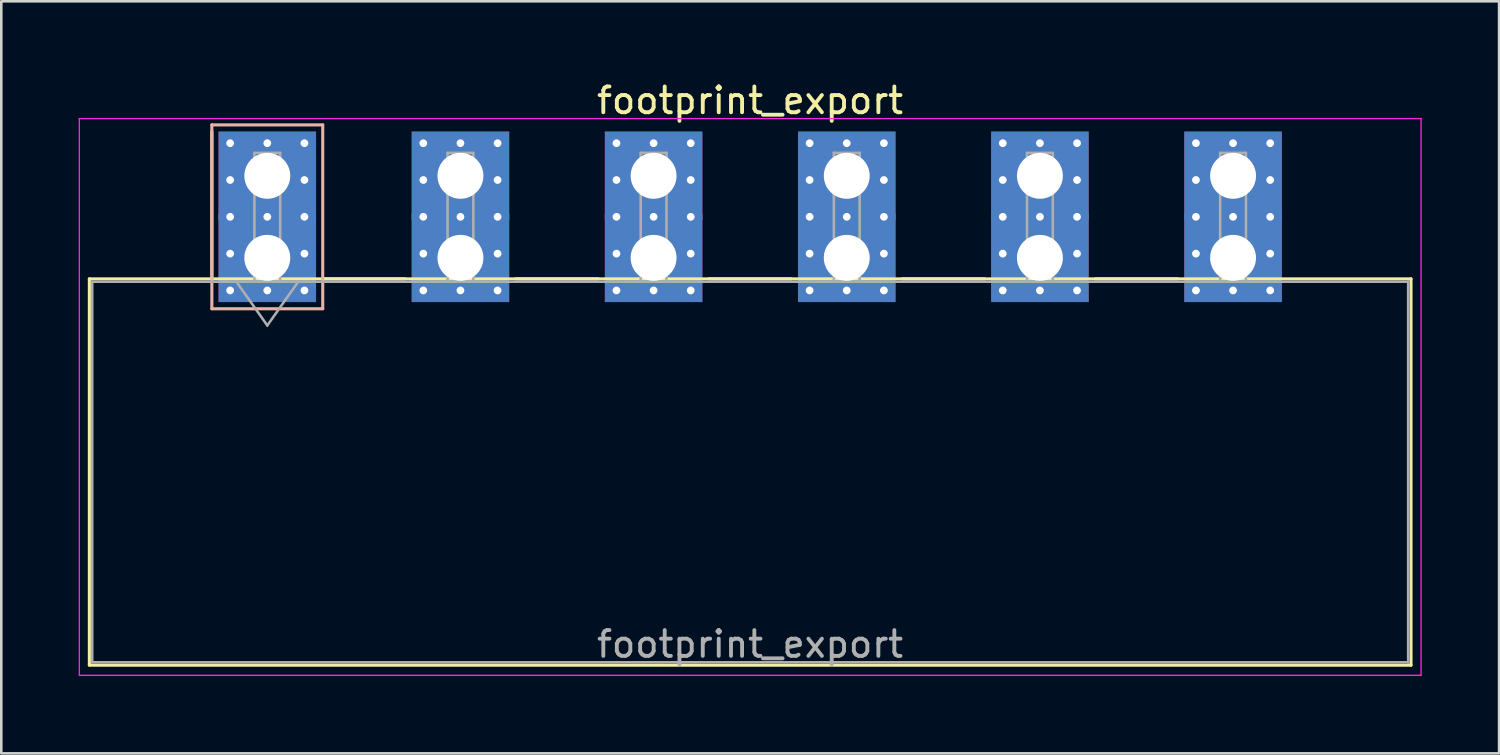
<source format=kicad_pcb>
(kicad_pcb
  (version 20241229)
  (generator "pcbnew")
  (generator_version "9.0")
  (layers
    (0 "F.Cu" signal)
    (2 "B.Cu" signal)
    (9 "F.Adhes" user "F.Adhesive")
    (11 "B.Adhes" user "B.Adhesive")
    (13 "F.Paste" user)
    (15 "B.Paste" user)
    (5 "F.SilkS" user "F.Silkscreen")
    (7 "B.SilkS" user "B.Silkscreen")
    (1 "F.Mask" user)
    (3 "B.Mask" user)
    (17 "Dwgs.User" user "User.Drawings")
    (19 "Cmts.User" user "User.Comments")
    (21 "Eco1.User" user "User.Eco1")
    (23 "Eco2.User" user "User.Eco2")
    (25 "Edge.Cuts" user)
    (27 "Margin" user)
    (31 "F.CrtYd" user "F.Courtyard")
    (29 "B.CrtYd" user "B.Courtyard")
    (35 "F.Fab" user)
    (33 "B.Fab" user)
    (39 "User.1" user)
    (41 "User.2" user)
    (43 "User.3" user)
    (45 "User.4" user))
  (footprint "footprint_export"
    (layer "F.Cu")
    (at 7.315 6.948)
    (property "Reference" "footprint_export" (at 18.72 -6.1 0) (layer "F.SilkS") (effects (font (size 1 1) (thickness 0.15))))
    (attr through_hole)
    (fp_line (start -6.9 0.815) (end -6.9 15.795) (stroke (width 0.12) (type solid)) (layer "F.SilkS"))
    (fp_line (start -6.9 15.795) (end 44.35 15.795) (stroke (width 0.12) (type solid)) (layer "F.SilkS"))
    (fp_line (start -2.15 0.815) (end -2.15 -4.895) (stroke (width 0.12) (type solid)) (layer "F.SilkS"))
    (fp_line (start 2.15 0.815) (end 5.34 0.815) (stroke (width 0.12) (type solid)) (layer "F.SilkS"))
    (fp_line (start 9.64 0.815) (end 12.83 0.815) (stroke (width 0.12) (type solid)) (layer "F.SilkS"))
    (fp_line (start 17.13 0.815) (end 20.32 0.815) (stroke (width 0.12) (type solid)) (layer "F.SilkS"))
    (fp_line (start 24.62 0.815) (end 27.81 0.815) (stroke (width 0.12) (type solid)) (layer "F.SilkS"))
    (fp_line (start 32.11 0.815) (end 35.3 0.815) (stroke (width 0.12) (type solid)) (layer "F.SilkS"))
    (fp_line (start 44.35 0.815) (end -6.9 0.815) (stroke (width 0.12) (type solid)) (layer "F.SilkS"))
    (fp_line (start 44.35 15.795) (end 44.35 0.815) (stroke (width 0.12) (type solid)) (layer "F.SilkS"))
    (fp_line (start -2.15 -5.155) (end -2.15 1.975) (stroke (width 0.12) (type solid)) (layer "B.SilkS"))
    (fp_line (start -2.15 1.975) (end 2.15 1.975) (stroke (width 0.12) (type solid)) (layer "B.SilkS"))
    (fp_line (start 2.15 -5.155) (end -2.15 -5.155) (stroke (width 0.12) (type solid)) (layer "B.SilkS"))
    (fp_line (start 2.15 1.975) (end 2.15 -5.155) (stroke (width 0.12) (type solid)) (layer "B.SilkS"))
    (fp_line (start -7.29 -5.4) (end -7.29 16.19) (stroke (width 0.05) (type solid)) (layer "F.CrtYd"))
    (fp_line (start -7.29 16.19) (end 44.74 16.19) (stroke (width 0.05) (type solid)) (layer "F.CrtYd"))
    (fp_line (start 44.74 -5.4) (end -7.29 -5.4) (stroke (width 0.05) (type solid)) (layer "F.CrtYd"))
    (fp_line (start 44.74 16.19) (end 44.74 -5.4) (stroke (width 0.05) (type solid)) (layer "F.CrtYd"))
    (fp_line (start -6.79 0.925) (end -6.79 15.685) (stroke (width 0.1) (type solid)) (layer "F.Fab"))
    (fp_line (start -6.79 15.685) (end 44.24 15.685) (stroke (width 0.1) (type solid)) (layer "F.Fab"))
    (fp_line (start -1.2 0.925) (end 0 2.622) (stroke (width 0.1) (type solid)) (layer "F.Fab"))
    (fp_line (start -0.5 -4.07) (end 0.5 -4.07) (stroke (width 0.1) (type solid)) (layer "F.Fab"))
    (fp_line (start -0.5 0.925) (end -0.5 -4.07) (stroke (width 0.1) (type solid)) (layer "F.Fab"))
    (fp_line (start 0 2.622) (end 1.2 0.925) (stroke (width 0.1) (type solid)) (layer "F.Fab"))
    (fp_line (start 0.5 -4.07) (end 0.5 0.925) (stroke (width 0.1) (type solid)) (layer "F.Fab"))
    (fp_line (start 0.5 0.925) (end -0.5 0.925) (stroke (width 0.1) (type solid)) (layer "F.Fab"))
    (fp_line (start 6.99 -4.07) (end 7.99 -4.07) (stroke (width 0.1) (type solid)) (layer "F.Fab"))
    (fp_line (start 6.99 0.925) (end 6.99 -4.07) (stroke (width 0.1) (type solid)) (layer "F.Fab"))
    (fp_line (start 7.99 -4.07) (end 7.99 0.925) (stroke (width 0.1) (type solid)) (layer "F.Fab"))
    (fp_line (start 7.99 0.925) (end 6.99 0.925) (stroke (width 0.1) (type solid)) (layer "F.Fab"))
    (fp_line (start 14.48 -4.07) (end 15.48 -4.07) (stroke (width 0.1) (type solid)) (layer "F.Fab"))
    (fp_line (start 14.48 0.925) (end 14.48 -4.07) (stroke (width 0.1) (type solid)) (layer "F.Fab"))
    (fp_line (start 15.48 -4.07) (end 15.48 0.925) (stroke (width 0.1) (type solid)) (layer "F.Fab"))
    (fp_line (start 15.48 0.925) (end 14.48 0.925) (stroke (width 0.1) (type solid)) (layer "F.Fab"))
    (fp_line (start 21.97 -4.07) (end 22.97 -4.07) (stroke (width 0.1) (type solid)) (layer "F.Fab"))
    (fp_line (start 21.97 0.925) (end 21.97 -4.07) (stroke (width 0.1) (type solid)) (layer "F.Fab"))
    (fp_line (start 22.97 -4.07) (end 22.97 0.925) (stroke (width 0.1) (type solid)) (layer "F.Fab"))
    (fp_line (start 22.97 0.925) (end 21.97 0.925) (stroke (width 0.1) (type solid)) (layer "F.Fab"))
    (fp_line (start 29.46 -4.07) (end 30.46 -4.07) (stroke (width 0.1) (type solid)) (layer "F.Fab"))
    (fp_line (start 29.46 0.925) (end 29.46 -4.07) (stroke (width 0.1) (type solid)) (layer "F.Fab"))
    (fp_line (start 30.46 -4.07) (end 30.46 0.925) (stroke (width 0.1) (type solid)) (layer "F.Fab"))
    (fp_line (start 30.46 0.925) (end 29.46 0.925) (stroke (width 0.1) (type solid)) (layer "F.Fab"))
    (fp_line (start 36.95 -4.07) (end 37.95 -4.07) (stroke (width 0.1) (type solid)) (layer "F.Fab"))
    (fp_line (start 36.95 0.925) (end 36.95 -4.07) (stroke (width 0.1) (type solid)) (layer "F.Fab"))
    (fp_line (start 37.95 -4.07) (end 37.95 0.925) (stroke (width 0.1) (type solid)) (layer "F.Fab"))
    (fp_line (start 37.95 0.925) (end 36.95 0.925) (stroke (width 0.1) (type solid)) (layer "F.Fab"))
    (fp_line (start 44.24 0.925) (end -6.79 0.925) (stroke (width 0.1) (type solid)) (layer "F.Fab"))
    (fp_line (start 44.24 15.685) (end 44.24 0.925) (stroke (width 0.1) (type solid)) (layer "F.Fab"))
    (fp_text user "${REFERENCE}" (at 18.72 14.98 0) (layer "F.Fab") (effects (font (size 1 1) (thickness 0.15))))
    (pad "1" thru_hole rect (at -1.44 -4.445) (size 0.6 0.6) (drill 0.3) (layers "*.Cu" "*.Mask"))
    (pad "1" thru_hole rect (at -1.44 -3.018) (size 0.6 0.6) (drill 0.3) (layers "*.Cu" "*.Mask"))
    (pad "1" thru_hole rect (at -1.44 -1.59) (size 0.6 0.6) (drill 0.3) (layers "*.Cu" "*.Mask"))
    (pad "1" thru_hole rect (at -1.44 -0.163) (size 0.6 0.6) (drill 0.3) (layers "*.Cu" "*.Mask"))
    (pad "1" thru_hole rect (at -1.44 1.265) (size 0.6 0.6) (drill 0.3) (layers "*.Cu" "*.Mask"))
    (pad "1" thru_hole rect (at 0 -4.445) (size 0.6 0.6) (drill 0.3) (layers "*.Cu" "*.Mask"))
    (pad "1" thru_hole rect (at 0 -3.18) (size 3.78 3.43) (drill 1.78) (layers "*.Cu" "*.Mask"))
    (pad "1" thru_hole rect (at 0 -1.59) (size 0.6 0.6) (drill 0.3) (layers "*.Cu" "*.Mask"))
    (pad "1" thru_hole rect (at 0 0) (size 3.78 3.43) (drill 1.78) (layers "*.Cu" "*.Mask"))
    (pad "1" thru_hole rect (at 0 1.265) (size 0.6 0.6) (drill 0.3) (layers "*.Cu" "*.Mask"))
    (pad "1" thru_hole rect (at 1.44 -4.445) (size 0.6 0.6) (drill 0.3) (layers "*.Cu" "*.Mask"))
    (pad "1" thru_hole rect (at 1.44 -3.018) (size 0.6 0.6) (drill 0.3) (layers "*.Cu" "*.Mask"))
    (pad "1" thru_hole rect (at 1.44 -1.59) (size 0.6 0.6) (drill 0.3) (layers "*.Cu" "*.Mask"))
    (pad "1" thru_hole rect (at 1.44 -0.163) (size 0.6 0.6) (drill 0.3) (layers "*.Cu" "*.Mask"))
    (pad "1" thru_hole rect (at 1.44 1.265) (size 0.6 0.6) (drill 0.3) (layers "*.Cu" "*.Mask"))
    (pad "2" thru_hole circle (at 6.05 -4.445) (size 0.6 0.6) (drill 0.3) (layers "*.Cu" "*.Mask"))
    (pad "2" thru_hole circle (at 6.05 -3.018) (size 0.6 0.6) (drill 0.3) (layers "*.Cu" "*.Mask"))
    (pad "2" thru_hole circle (at 6.05 -1.59) (size 0.6 0.6) (drill 0.3) (layers "*.Cu" "*.Mask"))
    (pad "2" thru_hole circle (at 6.05 -0.163) (size 0.6 0.6) (drill 0.3) (layers "*.Cu" "*.Mask"))
    (pad "2" thru_hole circle (at 6.05 1.265) (size 0.6 0.6) (drill 0.3) (layers "*.Cu" "*.Mask"))
    (pad "2" thru_hole circle (at 7.49 -4.445) (size 0.6 0.6) (drill 0.3) (layers "*.Cu" "*.Mask"))
    (pad "2" thru_hole rect (at 7.49 -3.18) (size 3.78 3.43) (drill 1.78) (layers "*.Cu" "*.Mask"))
    (pad "2" thru_hole circle (at 7.49 -1.59) (size 0.6 0.6) (drill 0.3) (layers "*.Cu" "*.Mask"))
    (pad "2" thru_hole rect (at 7.49 0) (size 3.78 3.43) (drill 1.78) (layers "*.Cu" "*.Mask"))
    (pad "2" thru_hole circle (at 7.49 1.265) (size 0.6 0.6) (drill 0.3) (layers "*.Cu" "*.Mask"))
    (pad "2" thru_hole circle (at 8.93 -4.445) (size 0.6 0.6) (drill 0.3) (layers "*.Cu" "*.Mask"))
    (pad "2" thru_hole circle (at 8.93 -3.018) (size 0.6 0.6) (drill 0.3) (layers "*.Cu" "*.Mask"))
    (pad "2" thru_hole circle (at 8.93 -1.59) (size 0.6 0.6) (drill 0.3) (layers "*.Cu" "*.Mask"))
    (pad "2" thru_hole circle (at 8.93 -0.163) (size 0.6 0.6) (drill 0.3) (layers "*.Cu" "*.Mask"))
    (pad "2" thru_hole circle (at 8.93 1.265) (size 0.6 0.6) (drill 0.3) (layers "*.Cu" "*.Mask"))
    (pad "3" thru_hole circle (at 13.54 -4.445) (size 0.6 0.6) (drill 0.3) (layers "*.Cu" "*.Mask"))
    (pad "3" thru_hole circle (at 13.54 -3.018) (size 0.6 0.6) (drill 0.3) (layers "*.Cu" "*.Mask"))
    (pad "3" thru_hole circle (at 13.54 -1.59) (size 0.6 0.6) (drill 0.3) (layers "*.Cu" "*.Mask"))
    (pad "3" thru_hole circle (at 13.54 -0.163) (size 0.6 0.6) (drill 0.3) (layers "*.Cu" "*.Mask"))
    (pad "3" thru_hole circle (at 13.54 1.265) (size 0.6 0.6) (drill 0.3) (layers "*.Cu" "*.Mask"))
    (pad "3" thru_hole circle (at 14.98 -4.445) (size 0.6 0.6) (drill 0.3) (layers "*.Cu" "*.Mask"))
    (pad "3" thru_hole rect (at 14.98 -3.18) (size 3.78 3.43) (drill 1.78) (layers "*.Cu" "*.Mask"))
    (pad "3" thru_hole circle (at 14.98 -1.59) (size 0.6 0.6) (drill 0.3) (layers "*.Cu" "*.Mask"))
    (pad "3" thru_hole rect (at 14.98 0) (size 3.78 3.43) (drill 1.78) (layers "*.Cu" "*.Mask"))
    (pad "3" thru_hole circle (at 14.98 1.265) (size 0.6 0.6) (drill 0.3) (layers "*.Cu" "*.Mask"))
    (pad "3" thru_hole circle (at 16.42 -4.445) (size 0.6 0.6) (drill 0.3) (layers "*.Cu" "*.Mask"))
    (pad "3" thru_hole circle (at 16.42 -3.018) (size 0.6 0.6) (drill 0.3) (layers "*.Cu" "*.Mask"))
    (pad "3" thru_hole circle (at 16.42 -1.59) (size 0.6 0.6) (drill 0.3) (layers "*.Cu" "*.Mask"))
    (pad "3" thru_hole circle (at 16.42 -0.163) (size 0.6 0.6) (drill 0.3) (layers "*.Cu" "*.Mask"))
    (pad "3" thru_hole circle (at 16.42 1.265) (size 0.6 0.6) (drill 0.3) (layers "*.Cu" "*.Mask"))
    (pad "4" thru_hole circle (at 21.03 -4.445) (size 0.6 0.6) (drill 0.3) (layers "*.Cu" "*.Mask"))
    (pad "4" thru_hole circle (at 21.03 -3.018) (size 0.6 0.6) (drill 0.3) (layers "*.Cu" "*.Mask"))
    (pad "4" thru_hole circle (at 21.03 -1.59) (size 0.6 0.6) (drill 0.3) (layers "*.Cu" "*.Mask"))
    (pad "4" thru_hole circle (at 21.03 -0.163) (size 0.6 0.6) (drill 0.3) (layers "*.Cu" "*.Mask"))
    (pad "4" thru_hole circle (at 21.03 1.265) (size 0.6 0.6) (drill 0.3) (layers "*.Cu" "*.Mask"))
    (pad "4" thru_hole circle (at 22.47 -4.445) (size 0.6 0.6) (drill 0.3) (layers "*.Cu" "*.Mask"))
    (pad "4" thru_hole rect (at 22.47 -3.18) (size 3.78 3.43) (drill 1.78) (layers "*.Cu" "*.Mask"))
    (pad "4" thru_hole circle (at 22.47 -1.59) (size 0.6 0.6) (drill 0.3) (layers "*.Cu" "*.Mask"))
    (pad "4" thru_hole rect (at 22.47 0) (size 3.78 3.43) (drill 1.78) (layers "*.Cu" "*.Mask"))
    (pad "4" thru_hole circle (at 22.47 1.265) (size 0.6 0.6) (drill 0.3) (layers "*.Cu" "*.Mask"))
    (pad "4" thru_hole circle (at 23.91 -4.445) (size 0.6 0.6) (drill 0.3) (layers "*.Cu" "*.Mask"))
    (pad "4" thru_hole circle (at 23.91 -3.018) (size 0.6 0.6) (drill 0.3) (layers "*.Cu" "*.Mask"))
    (pad "4" thru_hole circle (at 23.91 -1.59) (size 0.6 0.6) (drill 0.3) (layers "*.Cu" "*.Mask"))
    (pad "4" thru_hole circle (at 23.91 -0.163) (size 0.6 0.6) (drill 0.3) (layers "*.Cu" "*.Mask"))
    (pad "4" thru_hole circle (at 23.91 1.265) (size 0.6 0.6) (drill 0.3) (layers "*.Cu" "*.Mask"))
    (pad "5" thru_hole circle (at 28.52 -4.445) (size 0.6 0.6) (drill 0.3) (layers "*.Cu" "*.Mask"))
    (pad "5" thru_hole circle (at 28.52 -3.018) (size 0.6 0.6) (drill 0.3) (layers "*.Cu" "*.Mask"))
    (pad "5" thru_hole circle (at 28.52 -1.59) (size 0.6 0.6) (drill 0.3) (layers "*.Cu" "*.Mask"))
    (pad "5" thru_hole circle (at 28.52 -0.163) (size 0.6 0.6) (drill 0.3) (layers "*.Cu" "*.Mask"))
    (pad "5" thru_hole circle (at 28.52 1.265) (size 0.6 0.6) (drill 0.3) (layers "*.Cu" "*.Mask"))
    (pad "5" thru_hole circle (at 29.96 -4.445) (size 0.6 0.6) (drill 0.3) (layers "*.Cu" "*.Mask"))
    (pad "5" thru_hole rect (at 29.96 -3.18) (size 3.78 3.43) (drill 1.78) (layers "*.Cu" "*.Mask"))
    (pad "5" thru_hole circle (at 29.96 -1.59) (size 0.6 0.6) (drill 0.3) (layers "*.Cu" "*.Mask"))
    (pad "5" thru_hole rect (at 29.96 0) (size 3.78 3.43) (drill 1.78) (layers "*.Cu" "*.Mask"))
    (pad "5" thru_hole circle (at 29.96 1.265) (size 0.6 0.6) (drill 0.3) (layers "*.Cu" "*.Mask"))
    (pad "5" thru_hole circle (at 31.4 -4.445) (size 0.6 0.6) (drill 0.3) (layers "*.Cu" "*.Mask"))
    (pad "5" thru_hole circle (at 31.4 -3.018) (size 0.6 0.6) (drill 0.3) (layers "*.Cu" "*.Mask"))
    (pad "5" thru_hole circle (at 31.4 -1.59) (size 0.6 0.6) (drill 0.3) (layers "*.Cu" "*.Mask"))
    (pad "5" thru_hole circle (at 31.4 -0.163) (size 0.6 0.6) (drill 0.3) (layers "*.Cu" "*.Mask"))
    (pad "5" thru_hole circle (at 31.4 1.265) (size 0.6 0.6) (drill 0.3) (layers "*.Cu" "*.Mask"))
    (pad "6" thru_hole circle (at 36.01 -4.445) (size 0.6 0.6) (drill 0.3) (layers "*.Cu" "*.Mask"))
    (pad "6" thru_hole circle (at 36.01 -3.018) (size 0.6 0.6) (drill 0.3) (layers "*.Cu" "*.Mask"))
    (pad "6" thru_hole circle (at 36.01 -1.59) (size 0.6 0.6) (drill 0.3) (layers "*.Cu" "*.Mask"))
    (pad "6" thru_hole circle (at 36.01 -0.163) (size 0.6 0.6) (drill 0.3) (layers "*.Cu" "*.Mask"))
    (pad "6" thru_hole circle (at 36.01 1.265) (size 0.6 0.6) (drill 0.3) (layers "*.Cu" "*.Mask"))
    (pad "6" thru_hole circle (at 37.45 -4.445) (size 0.6 0.6) (drill 0.3) (layers "*.Cu" "*.Mask"))
    (pad "6" thru_hole rect (at 37.45 -3.18) (size 3.78 3.43) (drill 1.78) (layers "*.Cu" "*.Mask"))
    (pad "6" thru_hole circle (at 37.45 -1.59) (size 0.6 0.6) (drill 0.3) (layers "*.Cu" "*.Mask"))
    (pad "6" thru_hole rect (at 37.45 0) (size 3.78 3.43) (drill 1.78) (layers "*.Cu" "*.Mask"))
    (pad "6" thru_hole circle (at 37.45 1.265) (size 0.6 0.6) (drill 0.3) (layers "*.Cu" "*.Mask"))
    (pad "6" thru_hole circle (at 38.89 -4.445) (size 0.6 0.6) (drill 0.3) (layers "*.Cu" "*.Mask"))
    (pad "6" thru_hole circle (at 38.89 -3.018) (size 0.6 0.6) (drill 0.3) (layers "*.Cu" "*.Mask"))
    (pad "6" thru_hole circle (at 38.89 -1.59) (size 0.6 0.6) (drill 0.3) (layers "*.Cu" "*.Mask"))
    (pad "6" thru_hole circle (at 38.89 -0.163) (size 0.6 0.6) (drill 0.3) (layers "*.Cu" "*.Mask"))
    (pad "6" thru_hole circle (at 38.89 1.265) (size 0.6 0.6) (drill 0.3) (layers "*.Cu" "*.Mask")))
  (gr_rect
    (start -3 -3)
    (end 55.08 26.163)
    (stroke (width 0.1) (type default))
    (fill no)
    (layer "Edge.Cuts")))
</source>
